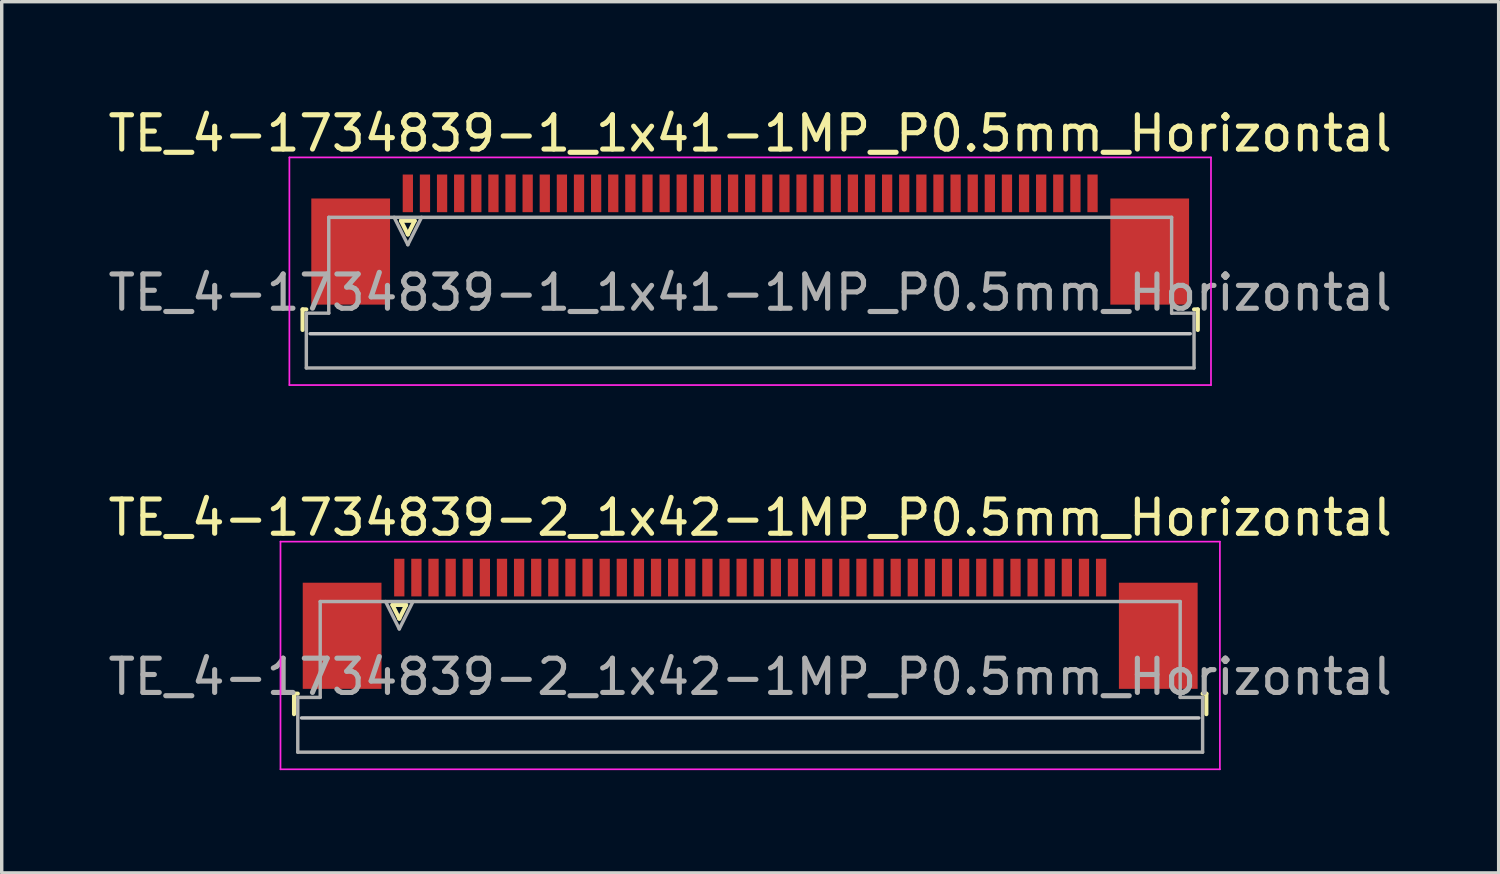
<source format=kicad_pcb>
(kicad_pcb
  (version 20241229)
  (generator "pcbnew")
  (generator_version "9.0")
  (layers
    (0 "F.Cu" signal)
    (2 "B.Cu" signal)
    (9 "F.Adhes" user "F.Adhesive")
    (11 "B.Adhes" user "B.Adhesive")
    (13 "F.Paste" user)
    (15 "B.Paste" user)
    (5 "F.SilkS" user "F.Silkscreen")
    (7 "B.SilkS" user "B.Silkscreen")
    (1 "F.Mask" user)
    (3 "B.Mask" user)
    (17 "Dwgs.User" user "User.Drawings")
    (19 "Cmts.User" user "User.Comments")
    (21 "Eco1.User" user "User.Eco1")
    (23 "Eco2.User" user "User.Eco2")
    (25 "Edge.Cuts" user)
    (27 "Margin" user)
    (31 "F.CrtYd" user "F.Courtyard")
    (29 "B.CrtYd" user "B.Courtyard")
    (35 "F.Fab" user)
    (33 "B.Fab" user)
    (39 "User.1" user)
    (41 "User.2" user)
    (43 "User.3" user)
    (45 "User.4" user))
  (footprint "TE_4-1734839-1_1x41-1MP_P0.5mm_Horizontal"
    (layer "F.Cu")
    (at 18.863 3.948)
    (property "Reference" "TE_4-1734839-1_1x41-1MP_P0.5mm_Horizontal" (at 0 -3.1 0) (layer "F.SilkS") (effects (font (size 1 1) (thickness 0.15))))
    (attr smd)
    (fp_line (start -13.075 2.04) (end -13.075 2.64) (stroke (width 0.12) (type solid)) (layer "F.SilkS"))
    (fp_line (start -12.965 2.04) (end -13.075 2.04) (stroke (width 0.12) (type solid)) (layer "F.SilkS"))
    (fp_line (start -10.2 -0.55) (end -10 -0.15) (stroke (width 0.12) (type solid)) (layer "F.SilkS"))
    (fp_line (start -10 -0.15) (end -9.8 -0.55) (stroke (width 0.12) (type solid)) (layer "F.SilkS"))
    (fp_line (start -9.8 -0.55) (end -10.2 -0.55) (stroke (width 0.12) (type solid)) (layer "F.SilkS"))
    (fp_line (start 12.965 2.04) (end 13.075 2.04) (stroke (width 0.12) (type solid)) (layer "F.SilkS"))
    (fp_line (start 13.075 2.04) (end 13.075 2.64) (stroke (width 0.12) (type solid)) (layer "F.SilkS"))
    (fp_line (start 12.855 2.75) (end -12.855 2.75) (stroke (width 0.1) (type solid)) (layer "Dwgs.User"))
    (fp_line (start -13.46 -2.4) (end -13.46 4.25) (stroke (width 0.05) (type solid)) (layer "F.CrtYd"))
    (fp_line (start -13.46 4.25) (end 13.46 4.25) (stroke (width 0.05) (type solid)) (layer "F.CrtYd"))
    (fp_line (start 13.46 -2.4) (end -13.46 -2.4) (stroke (width 0.05) (type solid)) (layer "F.CrtYd"))
    (fp_line (start 13.46 4.25) (end 13.46 -2.4) (stroke (width 0.05) (type solid)) (layer "F.CrtYd"))
    (fp_line (start -12.965 2.15) (end -12.31 2.15) (stroke (width 0.1) (type solid)) (layer "F.Fab"))
    (fp_line (start -12.965 3.75) (end -12.965 2.15) (stroke (width 0.1) (type solid)) (layer "F.Fab"))
    (fp_line (start -12.31 -0.65) (end 12.31 -0.65) (stroke (width 0.1) (type solid)) (layer "F.Fab"))
    (fp_line (start -12.31 2.15) (end -12.31 -0.65) (stroke (width 0.1) (type solid)) (layer "F.Fab"))
    (fp_line (start -10.4 -0.65) (end -10 0.15) (stroke (width 0.1) (type solid)) (layer "F.Fab"))
    (fp_line (start -10 0.15) (end -9.6 -0.65) (stroke (width 0.1) (type solid)) (layer "F.Fab"))
    (fp_line (start 12.31 -0.65) (end 12.31 2.15) (stroke (width 0.1) (type solid)) (layer "F.Fab"))
    (fp_line (start 12.31 2.15) (end 12.965 2.15) (stroke (width 0.1) (type solid)) (layer "F.Fab"))
    (fp_line (start 12.965 2.15) (end 12.965 3.75) (stroke (width 0.1) (type solid)) (layer "F.Fab"))
    (fp_line (start 12.965 3.75) (end -12.965 3.75) (stroke (width 0.1) (type solid)) (layer "F.Fab"))
    (fp_text user "${REFERENCE}" (at 0 1.55 0) (layer "F.Fab") (effects (font (size 1 1) (thickness 0.15))))
    (pad "1" smd rect (at -10 -1.35) (size 0.3 1.1) (layers "F.Cu" "F.Mask" "F.Paste"))
    (pad "2" smd rect (at -9.5 -1.35) (size 0.3 1.1) (layers "F.Cu" "F.Mask" "F.Paste"))
    (pad "3" smd rect (at -9 -1.35) (size 0.3 1.1) (layers "F.Cu" "F.Mask" "F.Paste"))
    (pad "4" smd rect (at -8.5 -1.35) (size 0.3 1.1) (layers "F.Cu" "F.Mask" "F.Paste"))
    (pad "5" smd rect (at -8 -1.35) (size 0.3 1.1) (layers "F.Cu" "F.Mask" "F.Paste"))
    (pad "6" smd rect (at -7.5 -1.35) (size 0.3 1.1) (layers "F.Cu" "F.Mask" "F.Paste"))
    (pad "7" smd rect (at -7 -1.35) (size 0.3 1.1) (layers "F.Cu" "F.Mask" "F.Paste"))
    (pad "8" smd rect (at -6.5 -1.35) (size 0.3 1.1) (layers "F.Cu" "F.Mask" "F.Paste"))
    (pad "9" smd rect (at -6 -1.35) (size 0.3 1.1) (layers "F.Cu" "F.Mask" "F.Paste"))
    (pad "10" smd rect (at -5.5 -1.35) (size 0.3 1.1) (layers "F.Cu" "F.Mask" "F.Paste"))
    (pad "11" smd rect (at -5 -1.35) (size 0.3 1.1) (layers "F.Cu" "F.Mask" "F.Paste"))
    (pad "12" smd rect (at -4.5 -1.35) (size 0.3 1.1) (layers "F.Cu" "F.Mask" "F.Paste"))
    (pad "13" smd rect (at -4 -1.35) (size 0.3 1.1) (layers "F.Cu" "F.Mask" "F.Paste"))
    (pad "14" smd rect (at -3.5 -1.35) (size 0.3 1.1) (layers "F.Cu" "F.Mask" "F.Paste"))
    (pad "15" smd rect (at -3 -1.35) (size 0.3 1.1) (layers "F.Cu" "F.Mask" "F.Paste"))
    (pad "16" smd rect (at -2.5 -1.35) (size 0.3 1.1) (layers "F.Cu" "F.Mask" "F.Paste"))
    (pad "17" smd rect (at -2 -1.35) (size 0.3 1.1) (layers "F.Cu" "F.Mask" "F.Paste"))
    (pad "18" smd rect (at -1.5 -1.35) (size 0.3 1.1) (layers "F.Cu" "F.Mask" "F.Paste"))
    (pad "19" smd rect (at -1 -1.35) (size 0.3 1.1) (layers "F.Cu" "F.Mask" "F.Paste"))
    (pad "20" smd rect (at -0.5 -1.35) (size 0.3 1.1) (layers "F.Cu" "F.Mask" "F.Paste"))
    (pad "21" smd rect (at 0 -1.35) (size 0.3 1.1) (layers "F.Cu" "F.Mask" "F.Paste"))
    (pad "22" smd rect (at 0.5 -1.35) (size 0.3 1.1) (layers "F.Cu" "F.Mask" "F.Paste"))
    (pad "23" smd rect (at 1 -1.35) (size 0.3 1.1) (layers "F.Cu" "F.Mask" "F.Paste"))
    (pad "24" smd rect (at 1.5 -1.35) (size 0.3 1.1) (layers "F.Cu" "F.Mask" "F.Paste"))
    (pad "25" smd rect (at 2 -1.35) (size 0.3 1.1) (layers "F.Cu" "F.Mask" "F.Paste"))
    (pad "26" smd rect (at 2.5 -1.35) (size 0.3 1.1) (layers "F.Cu" "F.Mask" "F.Paste"))
    (pad "27" smd rect (at 3 -1.35) (size 0.3 1.1) (layers "F.Cu" "F.Mask" "F.Paste"))
    (pad "28" smd rect (at 3.5 -1.35) (size 0.3 1.1) (layers "F.Cu" "F.Mask" "F.Paste"))
    (pad "29" smd rect (at 4 -1.35) (size 0.3 1.1) (layers "F.Cu" "F.Mask" "F.Paste"))
    (pad "30" smd rect (at 4.5 -1.35) (size 0.3 1.1) (layers "F.Cu" "F.Mask" "F.Paste"))
    (pad "31" smd rect (at 5 -1.35) (size 0.3 1.1) (layers "F.Cu" "F.Mask" "F.Paste"))
    (pad "32" smd rect (at 5.5 -1.35) (size 0.3 1.1) (layers "F.Cu" "F.Mask" "F.Paste"))
    (pad "33" smd rect (at 6 -1.35) (size 0.3 1.1) (layers "F.Cu" "F.Mask" "F.Paste"))
    (pad "34" smd rect (at 6.5 -1.35) (size 0.3 1.1) (layers "F.Cu" "F.Mask" "F.Paste"))
    (pad "35" smd rect (at 7 -1.35) (size 0.3 1.1) (layers "F.Cu" "F.Mask" "F.Paste"))
    (pad "36" smd rect (at 7.5 -1.35) (size 0.3 1.1) (layers "F.Cu" "F.Mask" "F.Paste"))
    (pad "37" smd rect (at 8 -1.35) (size 0.3 1.1) (layers "F.Cu" "F.Mask" "F.Paste"))
    (pad "38" smd rect (at 8.5 -1.35) (size 0.3 1.1) (layers "F.Cu" "F.Mask" "F.Paste"))
    (pad "39" smd rect (at 9 -1.35) (size 0.3 1.1) (layers "F.Cu" "F.Mask" "F.Paste"))
    (pad "40" smd rect (at 9.5 -1.35) (size 0.3 1.1) (layers "F.Cu" "F.Mask" "F.Paste"))
    (pad "41" smd rect (at 10 -1.35) (size 0.3 1.1) (layers "F.Cu" "F.Mask" "F.Paste"))
    (pad "MP" smd rect (at -11.67 0.35) (size 2.3 3.1) (layers "F.Cu" "F.Mask" "F.Paste"))
    (pad "MP" smd rect (at 11.67 0.35) (size 2.3 3.1) (layers "F.Cu" "F.Mask" "F.Paste")))
  (footprint "TE_4-1734839-2_1x42-1MP_P0.5mm_Horizontal"
    (layer "F.Cu")
    (at 18.863 15.171)
    (property "Reference" "TE_4-1734839-2_1x42-1MP_P0.5mm_Horizontal" (at 0 -3.1 0) (layer "F.SilkS") (effects (font (size 1 1) (thickness 0.15))))
    (attr smd)
    (fp_line (start -13.325 2.04) (end -13.325 2.64) (stroke (width 0.12) (type solid)) (layer "F.SilkS"))
    (fp_line (start -13.215 2.04) (end -13.325 2.04) (stroke (width 0.12) (type solid)) (layer "F.SilkS"))
    (fp_line (start -10.45 -0.55) (end -10.25 -0.15) (stroke (width 0.12) (type solid)) (layer "F.SilkS"))
    (fp_line (start -10.25 -0.15) (end -10.05 -0.55) (stroke (width 0.12) (type solid)) (layer "F.SilkS"))
    (fp_line (start -10.05 -0.55) (end -10.45 -0.55) (stroke (width 0.12) (type solid)) (layer "F.SilkS"))
    (fp_line (start 13.215 2.04) (end 13.325 2.04) (stroke (width 0.12) (type solid)) (layer "F.SilkS"))
    (fp_line (start 13.325 2.04) (end 13.325 2.64) (stroke (width 0.12) (type solid)) (layer "F.SilkS"))
    (fp_line (start 13.105 2.75) (end -13.105 2.75) (stroke (width 0.1) (type solid)) (layer "Dwgs.User"))
    (fp_line (start -13.72 -2.4) (end -13.72 4.25) (stroke (width 0.05) (type solid)) (layer "F.CrtYd"))
    (fp_line (start -13.72 4.25) (end 13.72 4.25) (stroke (width 0.05) (type solid)) (layer "F.CrtYd"))
    (fp_line (start 13.72 -2.4) (end -13.72 -2.4) (stroke (width 0.05) (type solid)) (layer "F.CrtYd"))
    (fp_line (start 13.72 4.25) (end 13.72 -2.4) (stroke (width 0.05) (type solid)) (layer "F.CrtYd"))
    (fp_line (start -13.215 2.15) (end -12.56 2.15) (stroke (width 0.1) (type solid)) (layer "F.Fab"))
    (fp_line (start -13.215 3.75) (end -13.215 2.15) (stroke (width 0.1) (type solid)) (layer "F.Fab"))
    (fp_line (start -12.56 -0.65) (end 12.56 -0.65) (stroke (width 0.1) (type solid)) (layer "F.Fab"))
    (fp_line (start -12.56 2.15) (end -12.56 -0.65) (stroke (width 0.1) (type solid)) (layer "F.Fab"))
    (fp_line (start -10.65 -0.65) (end -10.25 0.15) (stroke (width 0.1) (type solid)) (layer "F.Fab"))
    (fp_line (start -10.25 0.15) (end -9.85 -0.65) (stroke (width 0.1) (type solid)) (layer "F.Fab"))
    (fp_line (start 12.56 -0.65) (end 12.56 2.15) (stroke (width 0.1) (type solid)) (layer "F.Fab"))
    (fp_line (start 12.56 2.15) (end 13.215 2.15) (stroke (width 0.1) (type solid)) (layer "F.Fab"))
    (fp_line (start 13.215 2.15) (end 13.215 3.75) (stroke (width 0.1) (type solid)) (layer "F.Fab"))
    (fp_line (start 13.215 3.75) (end -13.215 3.75) (stroke (width 0.1) (type solid)) (layer "F.Fab"))
    (fp_text user "${REFERENCE}" (at 0 1.55 0) (layer "F.Fab") (effects (font (size 1 1) (thickness 0.15))))
    (pad "1" smd rect (at -10.25 -1.35) (size 0.3 1.1) (layers "F.Cu" "F.Mask" "F.Paste"))
    (pad "2" smd rect (at -9.75 -1.35) (size 0.3 1.1) (layers "F.Cu" "F.Mask" "F.Paste"))
    (pad "3" smd rect (at -9.25 -1.35) (size 0.3 1.1) (layers "F.Cu" "F.Mask" "F.Paste"))
    (pad "4" smd rect (at -8.75 -1.35) (size 0.3 1.1) (layers "F.Cu" "F.Mask" "F.Paste"))
    (pad "5" smd rect (at -8.25 -1.35) (size 0.3 1.1) (layers "F.Cu" "F.Mask" "F.Paste"))
    (pad "6" smd rect (at -7.75 -1.35) (size 0.3 1.1) (layers "F.Cu" "F.Mask" "F.Paste"))
    (pad "7" smd rect (at -7.25 -1.35) (size 0.3 1.1) (layers "F.Cu" "F.Mask" "F.Paste"))
    (pad "8" smd rect (at -6.75 -1.35) (size 0.3 1.1) (layers "F.Cu" "F.Mask" "F.Paste"))
    (pad "9" smd rect (at -6.25 -1.35) (size 0.3 1.1) (layers "F.Cu" "F.Mask" "F.Paste"))
    (pad "10" smd rect (at -5.75 -1.35) (size 0.3 1.1) (layers "F.Cu" "F.Mask" "F.Paste"))
    (pad "11" smd rect (at -5.25 -1.35) (size 0.3 1.1) (layers "F.Cu" "F.Mask" "F.Paste"))
    (pad "12" smd rect (at -4.75 -1.35) (size 0.3 1.1) (layers "F.Cu" "F.Mask" "F.Paste"))
    (pad "13" smd rect (at -4.25 -1.35) (size 0.3 1.1) (layers "F.Cu" "F.Mask" "F.Paste"))
    (pad "14" smd rect (at -3.75 -1.35) (size 0.3 1.1) (layers "F.Cu" "F.Mask" "F.Paste"))
    (pad "15" smd rect (at -3.25 -1.35) (size 0.3 1.1) (layers "F.Cu" "F.Mask" "F.Paste"))
    (pad "16" smd rect (at -2.75 -1.35) (size 0.3 1.1) (layers "F.Cu" "F.Mask" "F.Paste"))
    (pad "17" smd rect (at -2.25 -1.35) (size 0.3 1.1) (layers "F.Cu" "F.Mask" "F.Paste"))
    (pad "18" smd rect (at -1.75 -1.35) (size 0.3 1.1) (layers "F.Cu" "F.Mask" "F.Paste"))
    (pad "19" smd rect (at -1.25 -1.35) (size 0.3 1.1) (layers "F.Cu" "F.Mask" "F.Paste"))
    (pad "20" smd rect (at -0.75 -1.35) (size 0.3 1.1) (layers "F.Cu" "F.Mask" "F.Paste"))
    (pad "21" smd rect (at -0.25 -1.35) (size 0.3 1.1) (layers "F.Cu" "F.Mask" "F.Paste"))
    (pad "22" smd rect (at 0.25 -1.35) (size 0.3 1.1) (layers "F.Cu" "F.Mask" "F.Paste"))
    (pad "23" smd rect (at 0.75 -1.35) (size 0.3 1.1) (layers "F.Cu" "F.Mask" "F.Paste"))
    (pad "24" smd rect (at 1.25 -1.35) (size 0.3 1.1) (layers "F.Cu" "F.Mask" "F.Paste"))
    (pad "25" smd rect (at 1.75 -1.35) (size 0.3 1.1) (layers "F.Cu" "F.Mask" "F.Paste"))
    (pad "26" smd rect (at 2.25 -1.35) (size 0.3 1.1) (layers "F.Cu" "F.Mask" "F.Paste"))
    (pad "27" smd rect (at 2.75 -1.35) (size 0.3 1.1) (layers "F.Cu" "F.Mask" "F.Paste"))
    (pad "28" smd rect (at 3.25 -1.35) (size 0.3 1.1) (layers "F.Cu" "F.Mask" "F.Paste"))
    (pad "29" smd rect (at 3.75 -1.35) (size 0.3 1.1) (layers "F.Cu" "F.Mask" "F.Paste"))
    (pad "30" smd rect (at 4.25 -1.35) (size 0.3 1.1) (layers "F.Cu" "F.Mask" "F.Paste"))
    (pad "31" smd rect (at 4.75 -1.35) (size 0.3 1.1) (layers "F.Cu" "F.Mask" "F.Paste"))
    (pad "32" smd rect (at 5.25 -1.35) (size 0.3 1.1) (layers "F.Cu" "F.Mask" "F.Paste"))
    (pad "33" smd rect (at 5.75 -1.35) (size 0.3 1.1) (layers "F.Cu" "F.Mask" "F.Paste"))
    (pad "34" smd rect (at 6.25 -1.35) (size 0.3 1.1) (layers "F.Cu" "F.Mask" "F.Paste"))
    (pad "35" smd rect (at 6.75 -1.35) (size 0.3 1.1) (layers "F.Cu" "F.Mask" "F.Paste"))
    (pad "36" smd rect (at 7.25 -1.35) (size 0.3 1.1) (layers "F.Cu" "F.Mask" "F.Paste"))
    (pad "37" smd rect (at 7.75 -1.35) (size 0.3 1.1) (layers "F.Cu" "F.Mask" "F.Paste"))
    (pad "38" smd rect (at 8.25 -1.35) (size 0.3 1.1) (layers "F.Cu" "F.Mask" "F.Paste"))
    (pad "39" smd rect (at 8.75 -1.35) (size 0.3 1.1) (layers "F.Cu" "F.Mask" "F.Paste"))
    (pad "40" smd rect (at 9.25 -1.35) (size 0.3 1.1) (layers "F.Cu" "F.Mask" "F.Paste"))
    (pad "41" smd rect (at 9.75 -1.35) (size 0.3 1.1) (layers "F.Cu" "F.Mask" "F.Paste"))
    (pad "42" smd rect (at 10.25 -1.35) (size 0.3 1.1) (layers "F.Cu" "F.Mask" "F.Paste"))
    (pad "MP" smd rect (at -11.92 0.35) (size 2.3 3.1) (layers "F.Cu" "F.Mask" "F.Paste"))
    (pad "MP" smd rect (at 11.92 0.35) (size 2.3 3.1) (layers "F.Cu" "F.Mask" "F.Paste")))
  (gr_rect
    (start -3 -3)
    (end 40.726 22.447)
    (stroke (width 0.1) (type default))
    (fill no)
    (layer "Edge.Cuts")))
</source>
